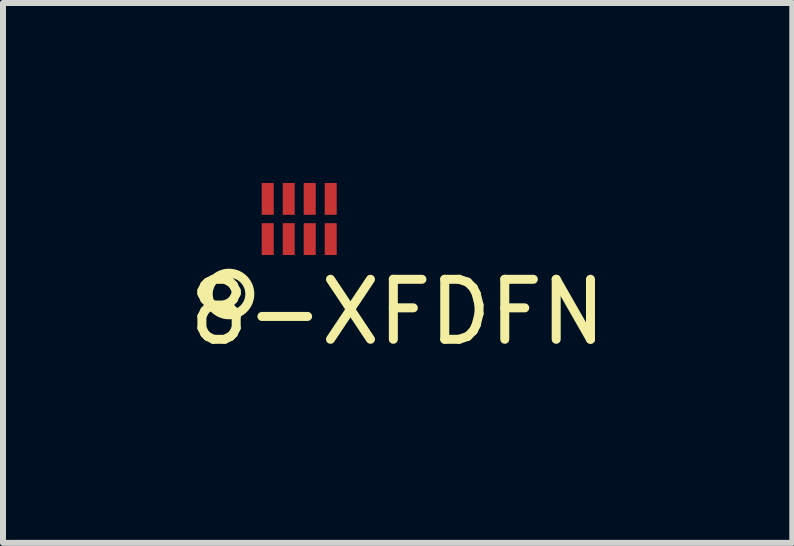
<source format=kicad_pcb>
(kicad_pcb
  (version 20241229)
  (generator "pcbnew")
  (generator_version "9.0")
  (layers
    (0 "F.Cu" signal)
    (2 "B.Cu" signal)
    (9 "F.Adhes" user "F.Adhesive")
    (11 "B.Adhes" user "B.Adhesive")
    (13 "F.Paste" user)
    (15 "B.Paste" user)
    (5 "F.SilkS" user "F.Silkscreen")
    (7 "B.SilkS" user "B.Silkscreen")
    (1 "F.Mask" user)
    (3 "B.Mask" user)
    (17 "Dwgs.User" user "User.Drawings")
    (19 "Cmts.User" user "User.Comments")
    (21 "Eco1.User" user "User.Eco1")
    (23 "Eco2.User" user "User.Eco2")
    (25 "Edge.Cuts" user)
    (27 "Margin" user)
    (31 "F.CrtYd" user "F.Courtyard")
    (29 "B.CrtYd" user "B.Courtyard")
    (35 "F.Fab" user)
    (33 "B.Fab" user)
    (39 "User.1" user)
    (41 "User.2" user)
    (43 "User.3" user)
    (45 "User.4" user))
  (footprint "8-XFDFN"
    (layer "F.Cu")
    (at 1.937 0.6)
    (property "Reference" "8-XFDFN" (at 1.64 1.55 0) (layer "F.SilkS") (effects (font (size 1 1) (thickness 0.15))))
    (attr through_hole)
    (fp_circle (center -1.17 1.25) (end -0.92 1.49) (stroke (width 0.15) (type solid)) (fill no) (layer "F.SilkS"))
    (pad "1" smd rect (at -0.525 0.335) (size 0.2 0.53) (layers "F.Cu" "F.Mask" "F.Paste"))
    (pad "2" smd rect (at -0.175 0.335) (size 0.2 0.53) (layers "F.Cu" "F.Mask" "F.Paste"))
    (pad "3" smd rect (at 0.175 0.335) (size 0.2 0.53) (layers "F.Cu" "F.Mask" "F.Paste"))
    (pad "4" smd rect (at 0.525 0.335) (size 0.2 0.53) (layers "F.Cu" "F.Mask" "F.Paste"))
    (pad "5" smd rect (at 0.525 -0.335) (size 0.2 0.53) (layers "F.Cu" "F.Mask" "F.Paste"))
    (pad "6" smd rect (at 0.175 -0.335) (size 0.2 0.53) (layers "F.Cu" "F.Mask" "F.Paste"))
    (pad "7" smd rect (at -0.175 -0.335) (size 0.2 0.53) (layers "F.Cu" "F.Mask" "F.Paste"))
    (pad "8" smd rect (at -0.525 -0.335) (size 0.2 0.53) (layers "F.Cu" "F.Mask" "F.Paste")))
  (gr_rect
    (start -3 -3)
    (end 10.155 5.998)
    (stroke (width 0.1) (type default))
    (fill no)
    (layer "Edge.Cuts")))
</source>
